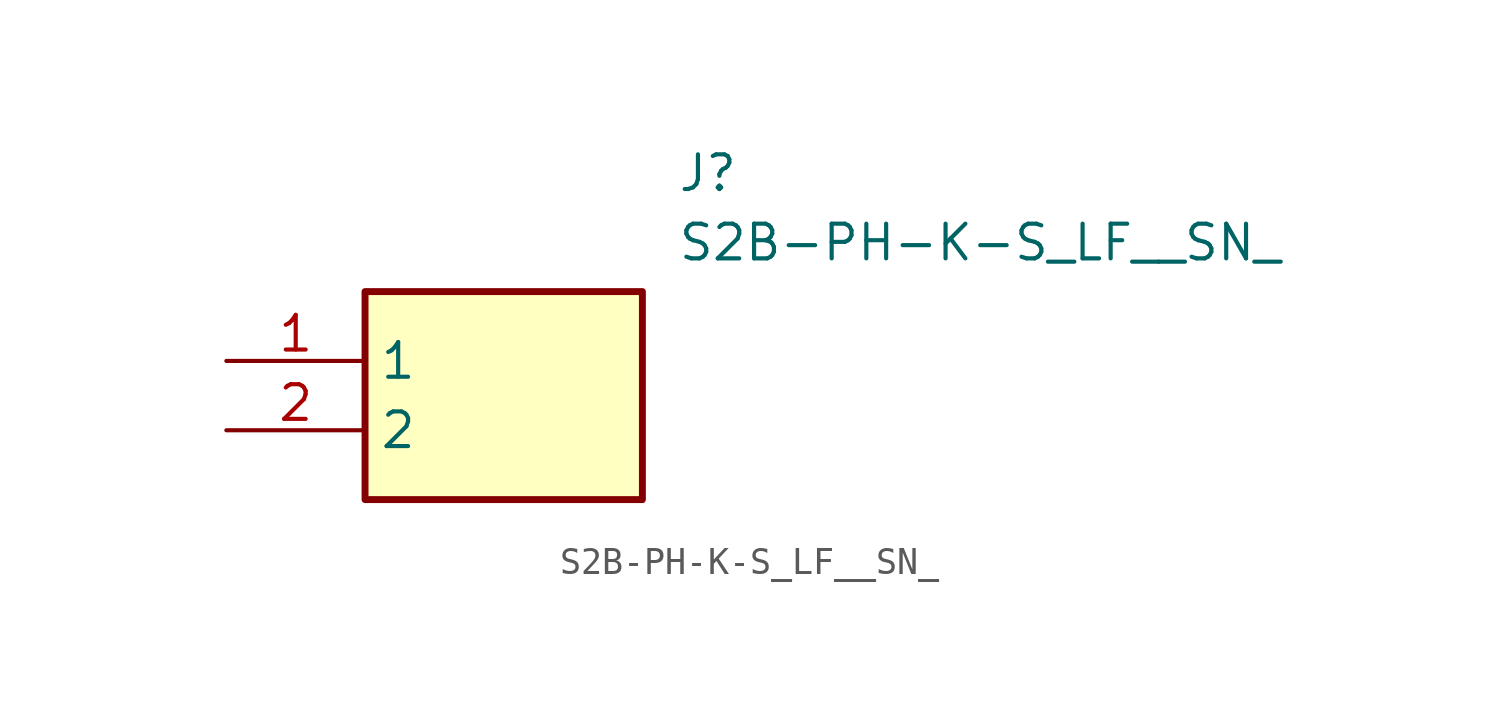
<source format=kicad_sym>
(kicad_symbol_lib
  (version 20211014)
  (generator SamacSys_ECAD_Model)
  (symbol "S2B-PH-K-S_LF__SN_"
    (property "Reference" "J"
      (at 16.51 7.62 0)
      (effects (font (size 1.27 1.27)) (justify left top)))
    (property "Value" "S2B-PH-K-S_LF__SN_"
      (at 16.51 5.08 0)
      (effects (font (size 1.27 1.27)) (justify left top)))
    (rectangle
      (start 5.08 2.54)
      (end 15.24 -5.08)
      (stroke (width 0.254) (type default))
      (fill (type background)))
    (pin passive line
      (at 0 0 0)
      (length 5.08)
      (name "1" (effects (font (size 1.27 1.27))))
      (number "1" (effects (font (size 1.27 1.27)))))
    (pin passive line
      (at 0 -2.54 0)
      (length 5.08)
      (name "2" (effects (font (size 1.27 1.27))))
      (number "2" (effects (font (size 1.27 1.27)))))))
</source>
